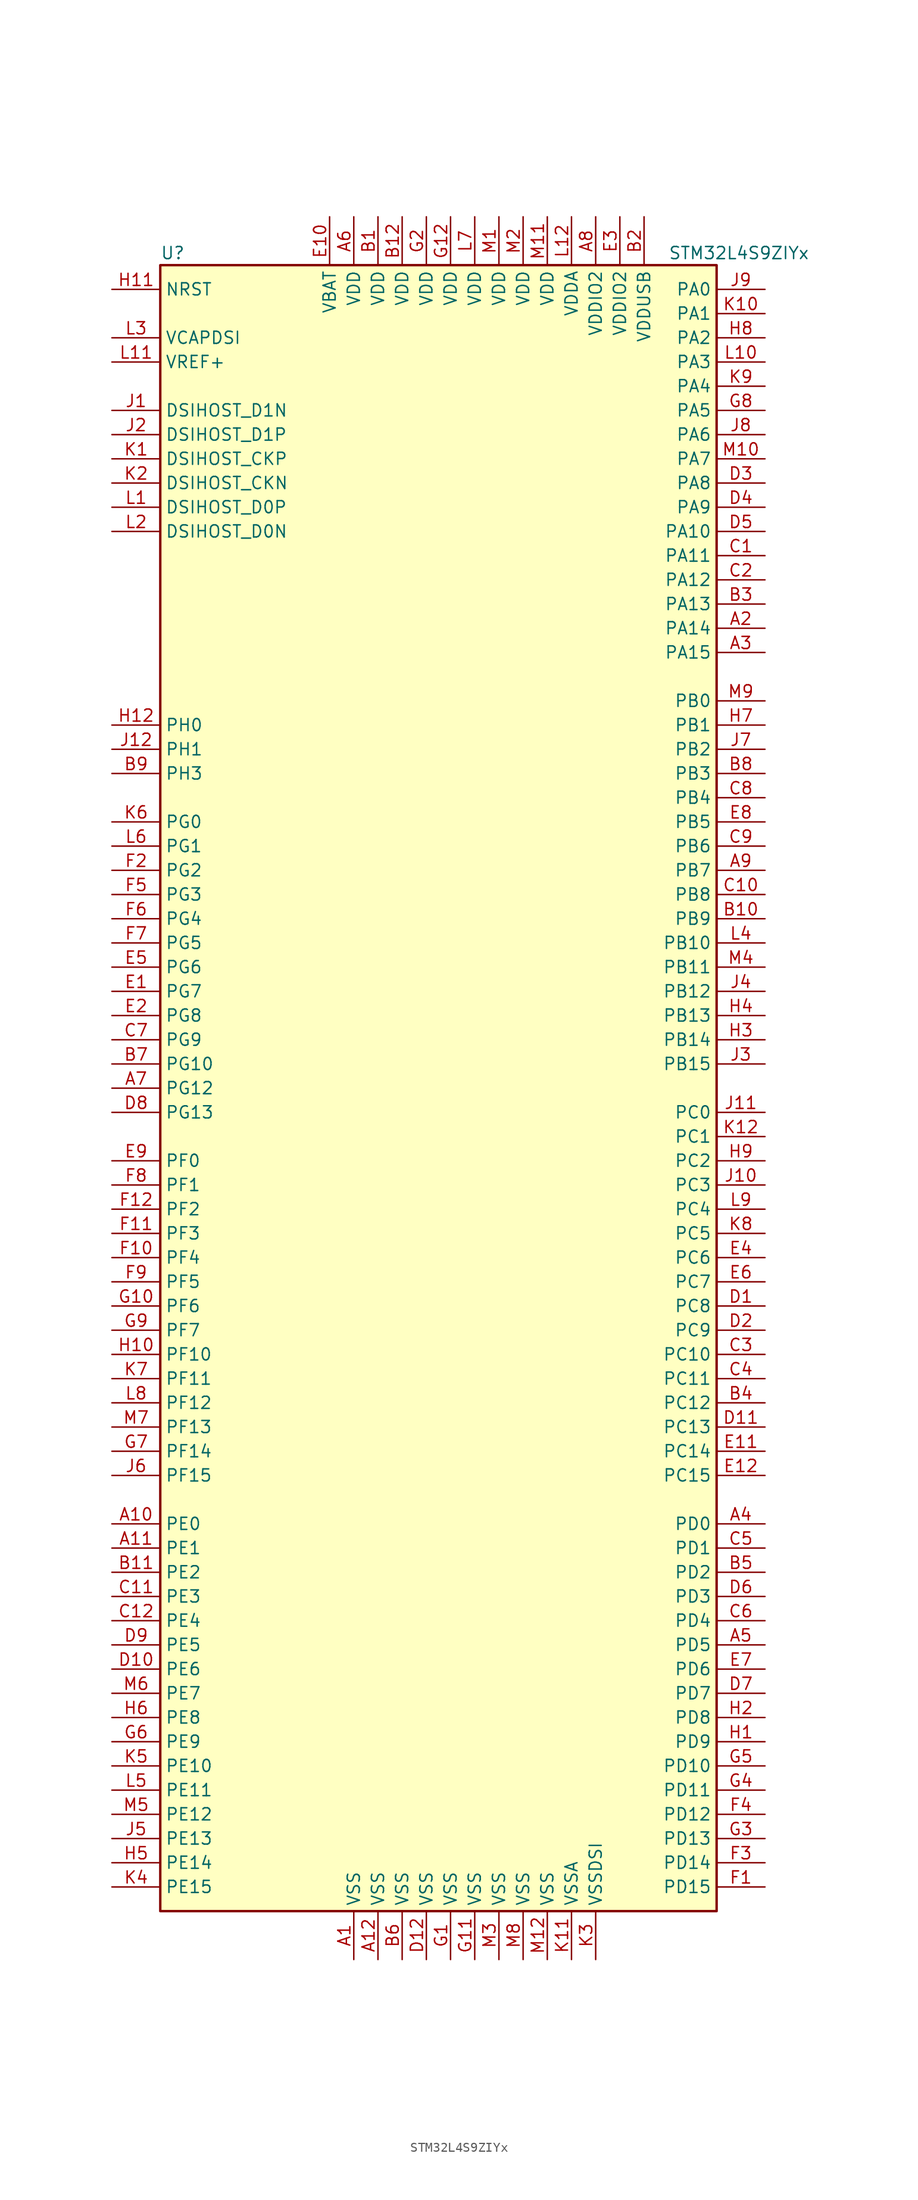
<source format=kicad_sym>
(kicad_symbol_lib
  (version 20211014)
  (generator kicad_symbol_editor)
  (symbol "STM32L4S9ZIYx"
    (property "Reference" "U"
      (at -30.48 87.63 0)
      (effects (font (size 1.27 1.27)) (justify left)))
    (property "Value" "STM32L4S9ZIYx"
      (at 22.86 87.63 0)
      (effects (font (size 1.27 1.27)) (justify left)))
    (symbol "STM32L4S9ZIYx_0_1"
      (rectangle (start -30.48 -86.36) (end 27.94 86.36) (stroke (width 0.254) (type default) (color 0 0 0 0)) (fill (type background))))
    (symbol "STM32L4S9ZIYx_1_1"
      (pin power_in line (at -10.16 -91.44 90) (length 5.08) (name "VSS" (effects (font (size 1.27 1.27)))) (number "A1" (effects (font (size 1.27 1.27)))))
      (pin bidirectional line (at -35.56 -45.72 0) (length 5.08) (name "PE0" (effects (font (size 1.27 1.27)))) (number "A10" (effects (font (size 1.27 1.27)))))
      (pin bidirectional line (at -35.56 -48.26 0) (length 5.08) (name "PE1" (effects (font (size 1.27 1.27)))) (number "A11" (effects (font (size 1.27 1.27)))))
      (pin power_in line (at -7.62 -91.44 90) (length 5.08) (name "VSS" (effects (font (size 1.27 1.27)))) (number "A12" (effects (font (size 1.27 1.27)))))
      (pin bidirectional line (at 33.02 48.26 180) (length 5.08) (name "PA14" (effects (font (size 1.27 1.27)))) (number "A2" (effects (font (size 1.27 1.27)))))
      (pin bidirectional line (at 33.02 45.72 180) (length 5.08) (name "PA15" (effects (font (size 1.27 1.27)))) (number "A3" (effects (font (size 1.27 1.27)))))
      (pin bidirectional line (at 33.02 -45.72 180) (length 5.08) (name "PD0" (effects (font (size 1.27 1.27)))) (number "A4" (effects (font (size 1.27 1.27)))))
      (pin bidirectional line (at 33.02 -58.42 180) (length 5.08) (name "PD5" (effects (font (size 1.27 1.27)))) (number "A5" (effects (font (size 1.27 1.27)))))
      (pin power_in line (at -10.16 91.44 270) (length 5.08) (name "VDD" (effects (font (size 1.27 1.27)))) (number "A6" (effects (font (size 1.27 1.27)))))
      (pin bidirectional line (at -35.56 0 0) (length 5.08) (name "PG12" (effects (font (size 1.27 1.27)))) (number "A7" (effects (font (size 1.27 1.27)))))
      (pin power_in line (at 15.24 91.44 270) (length 5.08) (name "VDDIO2" (effects (font (size 1.27 1.27)))) (number "A8" (effects (font (size 1.27 1.27)))))
      (pin bidirectional line (at 33.02 22.86 180) (length 5.08) (name "PB7" (effects (font (size 1.27 1.27)))) (number "A9" (effects (font (size 1.27 1.27)))))
      (pin power_in line (at -7.62 91.44 270) (length 5.08) (name "VDD" (effects (font (size 1.27 1.27)))) (number "B1" (effects (font (size 1.27 1.27)))))
      (pin bidirectional line (at 33.02 17.78 180) (length 5.08) (name "PB9" (effects (font (size 1.27 1.27)))) (number "B10" (effects (font (size 1.27 1.27)))))
      (pin bidirectional line (at -35.56 -50.8 0) (length 5.08) (name "PE2" (effects (font (size 1.27 1.27)))) (number "B11" (effects (font (size 1.27 1.27)))))
      (pin power_in line (at -5.08 91.44 270) (length 5.08) (name "VDD" (effects (font (size 1.27 1.27)))) (number "B12" (effects (font (size 1.27 1.27)))))
      (pin power_in line (at 20.32 91.44 270) (length 5.08) (name "VDDUSB" (effects (font (size 1.27 1.27)))) (number "B2" (effects (font (size 1.27 1.27)))))
      (pin bidirectional line (at 33.02 50.8 180) (length 5.08) (name "PA13" (effects (font (size 1.27 1.27)))) (number "B3" (effects (font (size 1.27 1.27)))))
      (pin bidirectional line (at 33.02 -33.02 180) (length 5.08) (name "PC12" (effects (font (size 1.27 1.27)))) (number "B4" (effects (font (size 1.27 1.27)))))
      (pin bidirectional line (at 33.02 -50.8 180) (length 5.08) (name "PD2" (effects (font (size 1.27 1.27)))) (number "B5" (effects (font (size 1.27 1.27)))))
      (pin power_in line (at -5.08 -91.44 90) (length 5.08) (name "VSS" (effects (font (size 1.27 1.27)))) (number "B6" (effects (font (size 1.27 1.27)))))
      (pin bidirectional line (at -35.56 2.54 0) (length 5.08) (name "PG10" (effects (font (size 1.27 1.27)))) (number "B7" (effects (font (size 1.27 1.27)))))
      (pin bidirectional line (at 33.02 33.02 180) (length 5.08) (name "PB3" (effects (font (size 1.27 1.27)))) (number "B8" (effects (font (size 1.27 1.27)))))
      (pin bidirectional line (at -35.56 33.02 0) (length 5.08) (name "PH3" (effects (font (size 1.27 1.27)))) (number "B9" (effects (font (size 1.27 1.27)))))
      (pin bidirectional line (at 33.02 55.88 180) (length 5.08) (name "PA11" (effects (font (size 1.27 1.27)))) (number "C1" (effects (font (size 1.27 1.27)))))
      (pin bidirectional line (at 33.02 20.32 180) (length 5.08) (name "PB8" (effects (font (size 1.27 1.27)))) (number "C10" (effects (font (size 1.27 1.27)))))
      (pin bidirectional line (at -35.56 -53.34 0) (length 5.08) (name "PE3" (effects (font (size 1.27 1.27)))) (number "C11" (effects (font (size 1.27 1.27)))))
      (pin bidirectional line (at -35.56 -55.88 0) (length 5.08) (name "PE4" (effects (font (size 1.27 1.27)))) (number "C12" (effects (font (size 1.27 1.27)))))
      (pin bidirectional line (at 33.02 53.34 180) (length 5.08) (name "PA12" (effects (font (size 1.27 1.27)))) (number "C2" (effects (font (size 1.27 1.27)))))
      (pin bidirectional line (at 33.02 -27.94 180) (length 5.08) (name "PC10" (effects (font (size 1.27 1.27)))) (number "C3" (effects (font (size 1.27 1.27)))))
      (pin bidirectional line (at 33.02 -30.48 180) (length 5.08) (name "PC11" (effects (font (size 1.27 1.27)))) (number "C4" (effects (font (size 1.27 1.27)))))
      (pin bidirectional line (at 33.02 -48.26 180) (length 5.08) (name "PD1" (effects (font (size 1.27 1.27)))) (number "C5" (effects (font (size 1.27 1.27)))))
      (pin bidirectional line (at 33.02 -55.88 180) (length 5.08) (name "PD4" (effects (font (size 1.27 1.27)))) (number "C6" (effects (font (size 1.27 1.27)))))
      (pin bidirectional line (at -35.56 5.08 0) (length 5.08) (name "PG9" (effects (font (size 1.27 1.27)))) (number "C7" (effects (font (size 1.27 1.27)))))
      (pin bidirectional line (at 33.02 30.48 180) (length 5.08) (name "PB4" (effects (font (size 1.27 1.27)))) (number "C8" (effects (font (size 1.27 1.27)))))
      (pin bidirectional line (at 33.02 25.4 180) (length 5.08) (name "PB6" (effects (font (size 1.27 1.27)))) (number "C9" (effects (font (size 1.27 1.27)))))
      (pin bidirectional line (at 33.02 -22.86 180) (length 5.08) (name "PC8" (effects (font (size 1.27 1.27)))) (number "D1" (effects (font (size 1.27 1.27)))))
      (pin bidirectional line (at -35.56 -60.96 0) (length 5.08) (name "PE6" (effects (font (size 1.27 1.27)))) (number "D10" (effects (font (size 1.27 1.27)))))
      (pin bidirectional line (at 33.02 -35.56 180) (length 5.08) (name "PC13" (effects (font (size 1.27 1.27)))) (number "D11" (effects (font (size 1.27 1.27)))))
      (pin power_in line (at -2.54 -91.44 90) (length 5.08) (name "VSS" (effects (font (size 1.27 1.27)))) (number "D12" (effects (font (size 1.27 1.27)))))
      (pin bidirectional line (at 33.02 -25.4 180) (length 5.08) (name "PC9" (effects (font (size 1.27 1.27)))) (number "D2" (effects (font (size 1.27 1.27)))))
      (pin bidirectional line (at 33.02 63.5 180) (length 5.08) (name "PA8" (effects (font (size 1.27 1.27)))) (number "D3" (effects (font (size 1.27 1.27)))))
      (pin bidirectional line (at 33.02 60.96 180) (length 5.08) (name "PA9" (effects (font (size 1.27 1.27)))) (number "D4" (effects (font (size 1.27 1.27)))))
      (pin bidirectional line (at 33.02 58.42 180) (length 5.08) (name "PA10" (effects (font (size 1.27 1.27)))) (number "D5" (effects (font (size 1.27 1.27)))))
      (pin bidirectional line (at 33.02 -53.34 180) (length 5.08) (name "PD3" (effects (font (size 1.27 1.27)))) (number "D6" (effects (font (size 1.27 1.27)))))
      (pin bidirectional line (at 33.02 -63.5 180) (length 5.08) (name "PD7" (effects (font (size 1.27 1.27)))) (number "D7" (effects (font (size 1.27 1.27)))))
      (pin bidirectional line (at -35.56 -2.54 0) (length 5.08) (name "PG13" (effects (font (size 1.27 1.27)))) (number "D8" (effects (font (size 1.27 1.27)))))
      (pin bidirectional line (at -35.56 -58.42 0) (length 5.08) (name "PE5" (effects (font (size 1.27 1.27)))) (number "D9" (effects (font (size 1.27 1.27)))))
      (pin bidirectional line (at -35.56 10.16 0) (length 5.08) (name "PG7" (effects (font (size 1.27 1.27)))) (number "E1" (effects (font (size 1.27 1.27)))))
      (pin power_in line (at -12.7 91.44 270) (length 5.08) (name "VBAT" (effects (font (size 1.27 1.27)))) (number "E10" (effects (font (size 1.27 1.27)))))
      (pin bidirectional line (at 33.02 -38.1 180) (length 5.08) (name "PC14" (effects (font (size 1.27 1.27)))) (number "E11" (effects (font (size 1.27 1.27)))))
      (pin bidirectional line (at 33.02 -40.64 180) (length 5.08) (name "PC15" (effects (font (size 1.27 1.27)))) (number "E12" (effects (font (size 1.27 1.27)))))
      (pin bidirectional line (at -35.56 7.62 0) (length 5.08) (name "PG8" (effects (font (size 1.27 1.27)))) (number "E2" (effects (font (size 1.27 1.27)))))
      (pin power_in line (at 17.78 91.44 270) (length 5.08) (name "VDDIO2" (effects (font (size 1.27 1.27)))) (number "E3" (effects (font (size 1.27 1.27)))))
      (pin bidirectional line (at 33.02 -17.78 180) (length 5.08) (name "PC6" (effects (font (size 1.27 1.27)))) (number "E4" (effects (font (size 1.27 1.27)))))
      (pin bidirectional line (at -35.56 12.7 0) (length 5.08) (name "PG6" (effects (font (size 1.27 1.27)))) (number "E5" (effects (font (size 1.27 1.27)))))
      (pin bidirectional line (at 33.02 -20.32 180) (length 5.08) (name "PC7" (effects (font (size 1.27 1.27)))) (number "E6" (effects (font (size 1.27 1.27)))))
      (pin bidirectional line (at 33.02 -60.96 180) (length 5.08) (name "PD6" (effects (font (size 1.27 1.27)))) (number "E7" (effects (font (size 1.27 1.27)))))
      (pin bidirectional line (at 33.02 27.94 180) (length 5.08) (name "PB5" (effects (font (size 1.27 1.27)))) (number "E8" (effects (font (size 1.27 1.27)))))
      (pin bidirectional line (at -35.56 -7.62 0) (length 5.08) (name "PF0" (effects (font (size 1.27 1.27)))) (number "E9" (effects (font (size 1.27 1.27)))))
      (pin bidirectional line (at 33.02 -83.82 180) (length 5.08) (name "PD15" (effects (font (size 1.27 1.27)))) (number "F1" (effects (font (size 1.27 1.27)))))
      (pin bidirectional line (at -35.56 -17.78 0) (length 5.08) (name "PF4" (effects (font (size 1.27 1.27)))) (number "F10" (effects (font (size 1.27 1.27)))))
      (pin bidirectional line (at -35.56 -15.24 0) (length 5.08) (name "PF3" (effects (font (size 1.27 1.27)))) (number "F11" (effects (font (size 1.27 1.27)))))
      (pin bidirectional line (at -35.56 -12.7 0) (length 5.08) (name "PF2" (effects (font (size 1.27 1.27)))) (number "F12" (effects (font (size 1.27 1.27)))))
      (pin bidirectional line (at -35.56 22.86 0) (length 5.08) (name "PG2" (effects (font (size 1.27 1.27)))) (number "F2" (effects (font (size 1.27 1.27)))))
      (pin bidirectional line (at 33.02 -81.28 180) (length 5.08) (name "PD14" (effects (font (size 1.27 1.27)))) (number "F3" (effects (font (size 1.27 1.27)))))
      (pin bidirectional line (at 33.02 -76.2 180) (length 5.08) (name "PD12" (effects (font (size 1.27 1.27)))) (number "F4" (effects (font (size 1.27 1.27)))))
      (pin bidirectional line (at -35.56 20.32 0) (length 5.08) (name "PG3" (effects (font (size 1.27 1.27)))) (number "F5" (effects (font (size 1.27 1.27)))))
      (pin bidirectional line (at -35.56 17.78 0) (length 5.08) (name "PG4" (effects (font (size 1.27 1.27)))) (number "F6" (effects (font (size 1.27 1.27)))))
      (pin bidirectional line (at -35.56 15.24 0) (length 5.08) (name "PG5" (effects (font (size 1.27 1.27)))) (number "F7" (effects (font (size 1.27 1.27)))))
      (pin bidirectional line (at -35.56 -10.16 0) (length 5.08) (name "PF1" (effects (font (size 1.27 1.27)))) (number "F8" (effects (font (size 1.27 1.27)))))
      (pin bidirectional line (at -35.56 -20.32 0) (length 5.08) (name "PF5" (effects (font (size 1.27 1.27)))) (number "F9" (effects (font (size 1.27 1.27)))))
      (pin power_in line (at 0 -91.44 90) (length 5.08) (name "VSS" (effects (font (size 1.27 1.27)))) (number "G1" (effects (font (size 1.27 1.27)))))
      (pin bidirectional line (at -35.56 -22.86 0) (length 5.08) (name "PF6" (effects (font (size 1.27 1.27)))) (number "G10" (effects (font (size 1.27 1.27)))))
      (pin power_in line (at 2.54 -91.44 90) (length 5.08) (name "VSS" (effects (font (size 1.27 1.27)))) (number "G11" (effects (font (size 1.27 1.27)))))
      (pin power_in line (at 0 91.44 270) (length 5.08) (name "VDD" (effects (font (size 1.27 1.27)))) (number "G12" (effects (font (size 1.27 1.27)))))
      (pin power_in line (at -2.54 91.44 270) (length 5.08) (name "VDD" (effects (font (size 1.27 1.27)))) (number "G2" (effects (font (size 1.27 1.27)))))
      (pin bidirectional line (at 33.02 -78.74 180) (length 5.08) (name "PD13" (effects (font (size 1.27 1.27)))) (number "G3" (effects (font (size 1.27 1.27)))))
      (pin bidirectional line (at 33.02 -73.66 180) (length 5.08) (name "PD11" (effects (font (size 1.27 1.27)))) (number "G4" (effects (font (size 1.27 1.27)))))
      (pin bidirectional line (at 33.02 -71.12 180) (length 5.08) (name "PD10" (effects (font (size 1.27 1.27)))) (number "G5" (effects (font (size 1.27 1.27)))))
      (pin bidirectional line (at -35.56 -68.58 0) (length 5.08) (name "PE9" (effects (font (size 1.27 1.27)))) (number "G6" (effects (font (size 1.27 1.27)))))
      (pin bidirectional line (at -35.56 -38.1 0) (length 5.08) (name "PF14" (effects (font (size 1.27 1.27)))) (number "G7" (effects (font (size 1.27 1.27)))))
      (pin bidirectional line (at 33.02 71.12 180) (length 5.08) (name "PA5" (effects (font (size 1.27 1.27)))) (number "G8" (effects (font (size 1.27 1.27)))))
      (pin bidirectional line (at -35.56 -25.4 0) (length 5.08) (name "PF7" (effects (font (size 1.27 1.27)))) (number "G9" (effects (font (size 1.27 1.27)))))
      (pin bidirectional line (at 33.02 -68.58 180) (length 5.08) (name "PD9" (effects (font (size 1.27 1.27)))) (number "H1" (effects (font (size 1.27 1.27)))))
      (pin bidirectional line (at -35.56 -27.94 0) (length 5.08) (name "PF10" (effects (font (size 1.27 1.27)))) (number "H10" (effects (font (size 1.27 1.27)))))
      (pin input line (at -35.56 83.82 0) (length 5.08) (name "NRST" (effects (font (size 1.27 1.27)))) (number "H11" (effects (font (size 1.27 1.27)))))
      (pin input line (at -35.56 38.1 0) (length 5.08) (name "PH0" (effects (font (size 1.27 1.27)))) (number "H12" (effects (font (size 1.27 1.27)))))
      (pin bidirectional line (at 33.02 -66.04 180) (length 5.08) (name "PD8" (effects (font (size 1.27 1.27)))) (number "H2" (effects (font (size 1.27 1.27)))))
      (pin bidirectional line (at 33.02 5.08 180) (length 5.08) (name "PB14" (effects (font (size 1.27 1.27)))) (number "H3" (effects (font (size 1.27 1.27)))))
      (pin bidirectional line (at 33.02 7.62 180) (length 5.08) (name "PB13" (effects (font (size 1.27 1.27)))) (number "H4" (effects (font (size 1.27 1.27)))))
      (pin bidirectional line (at -35.56 -81.28 0) (length 5.08) (name "PE14" (effects (font (size 1.27 1.27)))) (number "H5" (effects (font (size 1.27 1.27)))))
      (pin bidirectional line (at -35.56 -66.04 0) (length 5.08) (name "PE8" (effects (font (size 1.27 1.27)))) (number "H6" (effects (font (size 1.27 1.27)))))
      (pin bidirectional line (at 33.02 38.1 180) (length 5.08) (name "PB1" (effects (font (size 1.27 1.27)))) (number "H7" (effects (font (size 1.27 1.27)))))
      (pin bidirectional line (at 33.02 78.74 180) (length 5.08) (name "PA2" (effects (font (size 1.27 1.27)))) (number "H8" (effects (font (size 1.27 1.27)))))
      (pin bidirectional line (at 33.02 -7.62 180) (length 5.08) (name "PC2" (effects (font (size 1.27 1.27)))) (number "H9" (effects (font (size 1.27 1.27)))))
      (pin bidirectional line (at -35.56 71.12 0) (length 5.08) (name "DSIHOST_D1N" (effects (font (size 1.27 1.27)))) (number "J1" (effects (font (size 1.27 1.27)))))
      (pin bidirectional line (at 33.02 -10.16 180) (length 5.08) (name "PC3" (effects (font (size 1.27 1.27)))) (number "J10" (effects (font (size 1.27 1.27)))))
      (pin bidirectional line (at 33.02 -2.54 180) (length 5.08) (name "PC0" (effects (font (size 1.27 1.27)))) (number "J11" (effects (font (size 1.27 1.27)))))
      (pin input line (at -35.56 35.56 0) (length 5.08) (name "PH1" (effects (font (size 1.27 1.27)))) (number "J12" (effects (font (size 1.27 1.27)))))
      (pin bidirectional line (at -35.56 68.58 0) (length 5.08) (name "DSIHOST_D1P" (effects (font (size 1.27 1.27)))) (number "J2" (effects (font (size 1.27 1.27)))))
      (pin bidirectional line (at 33.02 2.54 180) (length 5.08) (name "PB15" (effects (font (size 1.27 1.27)))) (number "J3" (effects (font (size 1.27 1.27)))))
      (pin bidirectional line (at 33.02 10.16 180) (length 5.08) (name "PB12" (effects (font (size 1.27 1.27)))) (number "J4" (effects (font (size 1.27 1.27)))))
      (pin bidirectional line (at -35.56 -78.74 0) (length 5.08) (name "PE13" (effects (font (size 1.27 1.27)))) (number "J5" (effects (font (size 1.27 1.27)))))
      (pin bidirectional line (at -35.56 -40.64 0) (length 5.08) (name "PF15" (effects (font (size 1.27 1.27)))) (number "J6" (effects (font (size 1.27 1.27)))))
      (pin bidirectional line (at 33.02 35.56 180) (length 5.08) (name "PB2" (effects (font (size 1.27 1.27)))) (number "J7" (effects (font (size 1.27 1.27)))))
      (pin bidirectional line (at 33.02 68.58 180) (length 5.08) (name "PA6" (effects (font (size 1.27 1.27)))) (number "J8" (effects (font (size 1.27 1.27)))))
      (pin bidirectional line (at 33.02 83.82 180) (length 5.08) (name "PA0" (effects (font (size 1.27 1.27)))) (number "J9" (effects (font (size 1.27 1.27)))))
      (pin bidirectional line (at -35.56 66.04 0) (length 5.08) (name "DSIHOST_CKP" (effects (font (size 1.27 1.27)))) (number "K1" (effects (font (size 1.27 1.27)))))
      (pin bidirectional line (at 33.02 81.28 180) (length 5.08) (name "PA1" (effects (font (size 1.27 1.27)))) (number "K10" (effects (font (size 1.27 1.27)))))
      (pin power_in line (at 12.7 -91.44 90) (length 5.08) (name "VSSA" (effects (font (size 1.27 1.27)))) (number "K11" (effects (font (size 1.27 1.27)))))
      (pin bidirectional line (at 33.02 -5.08 180) (length 5.08) (name "PC1" (effects (font (size 1.27 1.27)))) (number "K12" (effects (font (size 1.27 1.27)))))
      (pin bidirectional line (at -35.56 63.5 0) (length 5.08) (name "DSIHOST_CKN" (effects (font (size 1.27 1.27)))) (number "K2" (effects (font (size 1.27 1.27)))))
      (pin power_in line (at 15.24 -91.44 90) (length 5.08) (name "VSSDSI" (effects (font (size 1.27 1.27)))) (number "K3" (effects (font (size 1.27 1.27)))))
      (pin bidirectional line (at -35.56 -83.82 0) (length 5.08) (name "PE15" (effects (font (size 1.27 1.27)))) (number "K4" (effects (font (size 1.27 1.27)))))
      (pin bidirectional line (at -35.56 -71.12 0) (length 5.08) (name "PE10" (effects (font (size 1.27 1.27)))) (number "K5" (effects (font (size 1.27 1.27)))))
      (pin bidirectional line (at -35.56 27.94 0) (length 5.08) (name "PG0" (effects (font (size 1.27 1.27)))) (number "K6" (effects (font (size 1.27 1.27)))))
      (pin bidirectional line (at -35.56 -30.48 0) (length 5.08) (name "PF11" (effects (font (size 1.27 1.27)))) (number "K7" (effects (font (size 1.27 1.27)))))
      (pin bidirectional line (at 33.02 -15.24 180) (length 5.08) (name "PC5" (effects (font (size 1.27 1.27)))) (number "K8" (effects (font (size 1.27 1.27)))))
      (pin bidirectional line (at 33.02 73.66 180) (length 5.08) (name "PA4" (effects (font (size 1.27 1.27)))) (number "K9" (effects (font (size 1.27 1.27)))))
      (pin bidirectional line (at -35.56 60.96 0) (length 5.08) (name "DSIHOST_D0P" (effects (font (size 1.27 1.27)))) (number "L1" (effects (font (size 1.27 1.27)))))
      (pin bidirectional line (at 33.02 76.2 180) (length 5.08) (name "PA3" (effects (font (size 1.27 1.27)))) (number "L10" (effects (font (size 1.27 1.27)))))
      (pin bidirectional line (at -35.56 76.2 0) (length 5.08) (name "VREF+" (effects (font (size 1.27 1.27)))) (number "L11" (effects (font (size 1.27 1.27)))))
      (pin power_in line (at 12.7 91.44 270) (length 5.08) (name "VDDA" (effects (font (size 1.27 1.27)))) (number "L12" (effects (font (size 1.27 1.27)))))
      (pin bidirectional line (at -35.56 58.42 0) (length 5.08) (name "DSIHOST_D0N" (effects (font (size 1.27 1.27)))) (number "L2" (effects (font (size 1.27 1.27)))))
      (pin power_in line (at -35.56 78.74 0) (length 5.08) (name "VCAPDSI" (effects (font (size 1.27 1.27)))) (number "L3" (effects (font (size 1.27 1.27)))))
      (pin bidirectional line (at 33.02 15.24 180) (length 5.08) (name "PB10" (effects (font (size 1.27 1.27)))) (number "L4" (effects (font (size 1.27 1.27)))))
      (pin bidirectional line (at -35.56 -73.66 0) (length 5.08) (name "PE11" (effects (font (size 1.27 1.27)))) (number "L5" (effects (font (size 1.27 1.27)))))
      (pin bidirectional line (at -35.56 25.4 0) (length 5.08) (name "PG1" (effects (font (size 1.27 1.27)))) (number "L6" (effects (font (size 1.27 1.27)))))
      (pin power_in line (at 2.54 91.44 270) (length 5.08) (name "VDD" (effects (font (size 1.27 1.27)))) (number "L7" (effects (font (size 1.27 1.27)))))
      (pin bidirectional line (at -35.56 -33.02 0) (length 5.08) (name "PF12" (effects (font (size 1.27 1.27)))) (number "L8" (effects (font (size 1.27 1.27)))))
      (pin bidirectional line (at 33.02 -12.7 180) (length 5.08) (name "PC4" (effects (font (size 1.27 1.27)))) (number "L9" (effects (font (size 1.27 1.27)))))
      (pin power_in line (at 5.08 91.44 270) (length 5.08) (name "VDD" (effects (font (size 1.27 1.27)))) (number "M1" (effects (font (size 1.27 1.27)))))
      (pin bidirectional line (at 33.02 66.04 180) (length 5.08) (name "PA7" (effects (font (size 1.27 1.27)))) (number "M10" (effects (font (size 1.27 1.27)))))
      (pin power_in line (at 10.16 91.44 270) (length 5.08) (name "VDD" (effects (font (size 1.27 1.27)))) (number "M11" (effects (font (size 1.27 1.27)))))
      (pin power_in line (at 10.16 -91.44 90) (length 5.08) (name "VSS" (effects (font (size 1.27 1.27)))) (number "M12" (effects (font (size 1.27 1.27)))))
      (pin power_in line (at 7.62 91.44 270) (length 5.08) (name "VDD" (effects (font (size 1.27 1.27)))) (number "M2" (effects (font (size 1.27 1.27)))))
      (pin power_in line (at 5.08 -91.44 90) (length 5.08) (name "VSS" (effects (font (size 1.27 1.27)))) (number "M3" (effects (font (size 1.27 1.27)))))
      (pin bidirectional line (at 33.02 12.7 180) (length 5.08) (name "PB11" (effects (font (size 1.27 1.27)))) (number "M4" (effects (font (size 1.27 1.27)))))
      (pin bidirectional line (at -35.56 -76.2 0) (length 5.08) (name "PE12" (effects (font (size 1.27 1.27)))) (number "M5" (effects (font (size 1.27 1.27)))))
      (pin bidirectional line (at -35.56 -63.5 0) (length 5.08) (name "PE7" (effects (font (size 1.27 1.27)))) (number "M6" (effects (font (size 1.27 1.27)))))
      (pin bidirectional line (at -35.56 -35.56 0) (length 5.08) (name "PF13" (effects (font (size 1.27 1.27)))) (number "M7" (effects (font (size 1.27 1.27)))))
      (pin power_in line (at 7.62 -91.44 90) (length 5.08) (name "VSS" (effects (font (size 1.27 1.27)))) (number "M8" (effects (font (size 1.27 1.27)))))
      (pin bidirectional line (at 33.02 40.64 180) (length 5.08) (name "PB0" (effects (font (size 1.27 1.27)))) (number "M9" (effects (font (size 1.27 1.27))))))))
</source>
